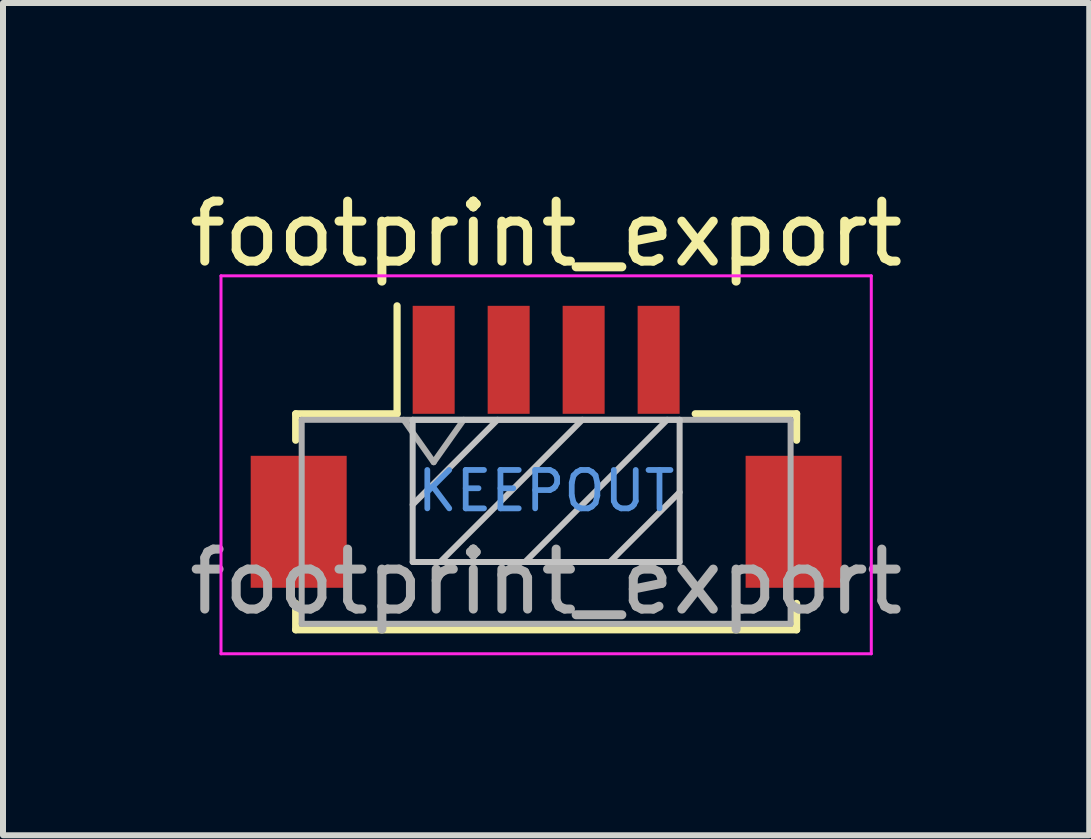
<source format=kicad_pcb>
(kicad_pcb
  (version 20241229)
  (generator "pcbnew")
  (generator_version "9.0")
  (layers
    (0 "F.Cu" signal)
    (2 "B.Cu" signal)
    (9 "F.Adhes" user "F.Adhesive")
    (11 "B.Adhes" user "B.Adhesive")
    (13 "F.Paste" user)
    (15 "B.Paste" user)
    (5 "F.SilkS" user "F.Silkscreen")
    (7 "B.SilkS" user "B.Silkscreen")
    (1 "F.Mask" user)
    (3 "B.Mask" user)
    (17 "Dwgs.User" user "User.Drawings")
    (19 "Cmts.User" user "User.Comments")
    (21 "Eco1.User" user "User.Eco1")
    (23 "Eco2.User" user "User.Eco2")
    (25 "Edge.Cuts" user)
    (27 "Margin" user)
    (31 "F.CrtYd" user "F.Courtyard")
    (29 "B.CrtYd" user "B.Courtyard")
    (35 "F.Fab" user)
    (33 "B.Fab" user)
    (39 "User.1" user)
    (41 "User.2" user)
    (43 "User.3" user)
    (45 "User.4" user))
  (footprint "footprint_export"
    (layer "F.Cu")
    (at 6.054 4.398)
    (property "Reference" "footprint_export" (at 0 -3.55 0) (layer "F.SilkS") (effects (font (size 1 1) (thickness 0.15))))
    (attr smd)
    (fp_line (start -4.175 -0.55) (end -4.175 -0.11) (stroke (width 0.12) (type solid)) (layer "F.SilkS"))
    (fp_line (start -4.175 2.61) (end -4.175 3.05) (stroke (width 0.12) (type solid)) (layer "F.SilkS"))
    (fp_line (start -4.175 3.05) (end 4.175 3.05) (stroke (width 0.12) (type solid)) (layer "F.SilkS"))
    (fp_line (start -2.485 -0.55) (end -4.175 -0.55) (stroke (width 0.12) (type solid)) (layer "F.SilkS"))
    (fp_line (start -2.485 -0.55) (end -2.485 -2.35) (stroke (width 0.12) (type solid)) (layer "F.SilkS"))
    (fp_line (start 2.485 -0.55) (end 4.175 -0.55) (stroke (width 0.12) (type solid)) (layer "F.SilkS"))
    (fp_line (start 4.175 -0.55) (end 4.175 -0.11) (stroke (width 0.12) (type solid)) (layer "F.SilkS"))
    (fp_line (start 4.175 3.05) (end 4.175 2.61) (stroke (width 0.12) (type solid)) (layer "F.SilkS"))
    (fp_line (start -2.225 -0.45) (end -2.225 1.92) (stroke (width 0.1) (type solid)) (layer "Dwgs.User"))
    (fp_line (start -2.225 1.92) (end 2.225 1.92) (stroke (width 0.1) (type solid)) (layer "Dwgs.User"))
    (fp_line (start -0.811 -0.45) (end -2.225 0.964) (stroke (width 0.1) (type solid)) (layer "Dwgs.User"))
    (fp_line (start 0.603 -0.45) (end -1.767 1.92) (stroke (width 0.1) (type solid)) (layer "Dwgs.User"))
    (fp_line (start 2.018 -0.45) (end -0.352 1.92) (stroke (width 0.1) (type solid)) (layer "Dwgs.User"))
    (fp_line (start 2.225 -0.45) (end -2.225 -0.45) (stroke (width 0.1) (type solid)) (layer "Dwgs.User"))
    (fp_line (start 2.225 0.757) (end 1.062 1.92) (stroke (width 0.1) (type solid)) (layer "Dwgs.User"))
    (fp_line (start 2.225 1.92) (end 2.225 -0.45) (stroke (width 0.1) (type solid)) (layer "Dwgs.User"))
    (fp_line (start -5.42 -2.85) (end -5.42 3.45) (stroke (width 0.05) (type solid)) (layer "F.CrtYd"))
    (fp_line (start -5.42 3.45) (end 5.42 3.45) (stroke (width 0.05) (type solid)) (layer "F.CrtYd"))
    (fp_line (start 5.42 -2.85) (end -5.42 -2.85) (stroke (width 0.05) (type solid)) (layer "F.CrtYd"))
    (fp_line (start 5.42 3.45) (end 5.42 -2.85) (stroke (width 0.05) (type solid)) (layer "F.CrtYd"))
    (fp_line (start -4.075 -0.45) (end -4.075 2.95) (stroke (width 0.1) (type solid)) (layer "F.Fab"))
    (fp_line (start -4.075 2.95) (end 4.075 2.95) (stroke (width 0.1) (type solid)) (layer "F.Fab"))
    (fp_line (start -2.375 -0.45) (end -1.875 0.257) (stroke (width 0.1) (type solid)) (layer "F.Fab"))
    (fp_line (start -1.875 0.257) (end -1.375 -0.45) (stroke (width 0.1) (type solid)) (layer "F.Fab"))
    (fp_line (start 4.075 -0.45) (end -4.075 -0.45) (stroke (width 0.1) (type solid)) (layer "F.Fab"))
    (fp_line (start 4.075 2.95) (end 4.075 -0.45) (stroke (width 0.1) (type solid)) (layer "F.Fab"))
    (fp_text user "KEEPOUT" (at 0 0.735 0) (layer "Cmts.User") (effects (font (size 0.64 0.64) (thickness 0.096))))
    (fp_text user "${REFERENCE}" (at 0 2.25 0) (layer "F.Fab") (effects (font (size 1 1) (thickness 0.15))))
    (pad "1" smd rect (at -1.875 -1.45) (size 0.7 1.8) (layers "F.Cu" "F.Mask" "F.Paste"))
    (pad "2" smd rect (at -0.625 -1.45) (size 0.7 1.8) (layers "F.Cu" "F.Mask" "F.Paste"))
    (pad "3" smd rect (at 0.625 -1.45) (size 0.7 1.8) (layers "F.Cu" "F.Mask" "F.Paste"))
    (pad "4" smd rect (at 1.875 -1.45) (size 0.7 1.8) (layers "F.Cu" "F.Mask" "F.Paste"))
    (pad "MP" smd rect (at -4.125 1.25) (size 1.6 2.2) (layers "F.Cu" "F.Mask" "F.Paste"))
    (pad "MP" smd rect (at 4.125 1.25) (size 1.6 2.2) (layers "F.Cu" "F.Mask" "F.Paste")))
  (gr_rect
    (start -3 -3)
    (end 15.107 10.873)
    (stroke (width 0.1) (type default))
    (fill no)
    (layer "Edge.Cuts")))
</source>
